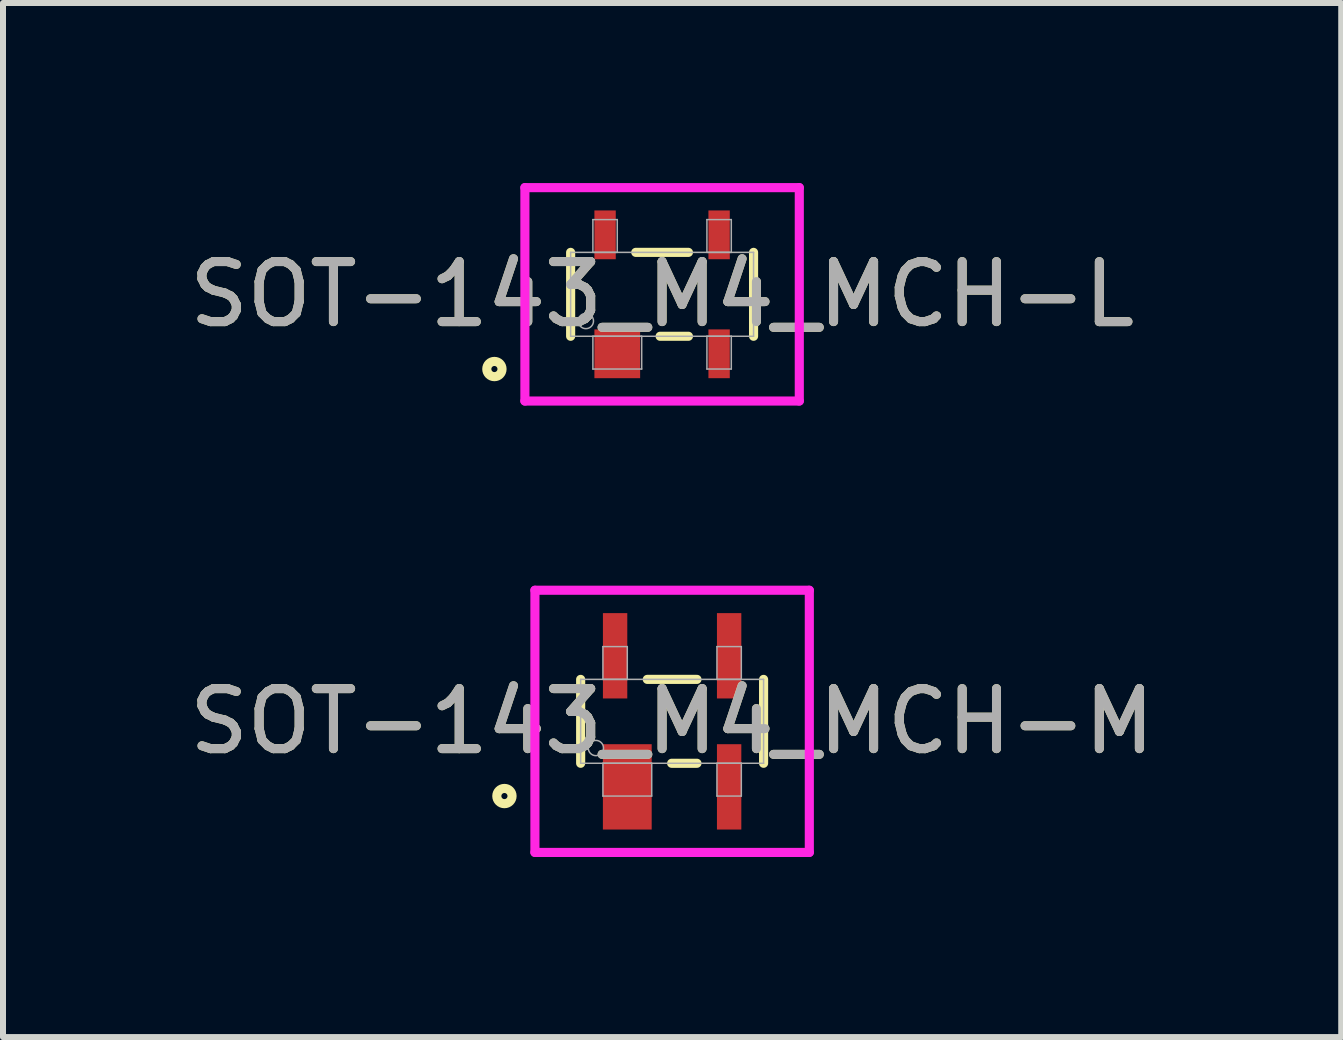
<source format=kicad_pcb>
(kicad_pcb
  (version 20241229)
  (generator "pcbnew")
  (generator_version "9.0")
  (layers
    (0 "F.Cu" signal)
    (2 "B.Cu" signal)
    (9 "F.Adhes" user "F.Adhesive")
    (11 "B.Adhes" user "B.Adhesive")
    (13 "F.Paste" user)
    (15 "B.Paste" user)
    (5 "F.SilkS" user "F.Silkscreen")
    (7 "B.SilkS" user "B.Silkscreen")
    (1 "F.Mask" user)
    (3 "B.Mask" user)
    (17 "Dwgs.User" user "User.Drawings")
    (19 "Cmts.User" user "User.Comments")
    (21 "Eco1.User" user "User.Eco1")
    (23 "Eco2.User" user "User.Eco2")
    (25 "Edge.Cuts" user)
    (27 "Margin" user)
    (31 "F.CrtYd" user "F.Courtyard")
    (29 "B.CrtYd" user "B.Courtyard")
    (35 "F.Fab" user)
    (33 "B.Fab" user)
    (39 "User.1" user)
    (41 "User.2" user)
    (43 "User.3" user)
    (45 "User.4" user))
  (footprint "SOT-143_M4_MCH-M"
    (layer "F.Cu")
    (at 8.149 8.969)
    (property "Reference" "SOT-143_M4_MCH-M" (at 0 0 0) (unlocked yes) (layer "F.SilkS") (effects (font (size 1 1) (thickness 0.15))))
    (attr smd)
    (fp_line (start -1.524 0.699) (end -1.524 -0.699) (stroke (width 0.152) (type solid)) (layer "F.SilkS"))
    (fp_line (start -0.414 -0.699) (end 0.414 -0.699) (stroke (width 0.152) (type solid)) (layer "F.SilkS"))
    (fp_line (start 0.414 0.699) (end -0.008 0.699) (stroke (width 0.152) (type solid)) (layer "F.SilkS"))
    (fp_line (start 1.524 -0.699) (end 1.524 0.699) (stroke (width 0.152) (type solid)) (layer "F.SilkS"))
    (fp_circle (center -2.794 1.245) (end -2.667 1.245) (stroke (width 0.152) (type solid)) (fill no) (layer "F.SilkS"))
    (fp_line (start -2.286 -2.184) (end 2.286 -2.184) (stroke (width 0.152) (type solid)) (layer "F.CrtYd"))
    (fp_line (start -2.286 2.184) (end -2.286 -2.184) (stroke (width 0.152) (type solid)) (layer "F.CrtYd"))
    (fp_line (start 2.286 -2.184) (end 2.286 2.184) (stroke (width 0.152) (type solid)) (layer "F.CrtYd"))
    (fp_line (start 2.286 2.184) (end -2.286 2.184) (stroke (width 0.152) (type solid)) (layer "F.CrtYd"))
    (fp_line (start -1.524 -0.699) (end 1.524 -0.699) (stroke (width 0.025) (type solid)) (layer "F.Fab"))
    (fp_line (start -1.524 0.699) (end -1.524 -0.699) (stroke (width 0.025) (type solid)) (layer "F.Fab"))
    (fp_line (start -1.153 -1.245) (end -1.153 -0.699) (stroke (width 0.025) (type solid)) (layer "F.Fab"))
    (fp_line (start -1.153 -0.699) (end -0.747 -0.699) (stroke (width 0.025) (type solid)) (layer "F.Fab"))
    (fp_line (start -1.153 0.699) (end -1.153 1.245) (stroke (width 0.025) (type solid)) (layer "F.Fab"))
    (fp_line (start -1.153 1.245) (end -0.34 1.245) (stroke (width 0.025) (type solid)) (layer "F.Fab"))
    (fp_line (start -0.747 -1.245) (end -1.153 -1.245) (stroke (width 0.025) (type solid)) (layer "F.Fab"))
    (fp_line (start -0.747 -0.699) (end -0.747 -1.245) (stroke (width 0.025) (type solid)) (layer "F.Fab"))
    (fp_line (start -0.34 0.699) (end -1.153 0.699) (stroke (width 0.025) (type solid)) (layer "F.Fab"))
    (fp_line (start -0.34 1.245) (end -0.34 0.699) (stroke (width 0.025) (type solid)) (layer "F.Fab"))
    (fp_line (start 0.747 -1.245) (end 0.747 -0.699) (stroke (width 0.025) (type solid)) (layer "F.Fab"))
    (fp_line (start 0.747 -0.699) (end 1.153 -0.699) (stroke (width 0.025) (type solid)) (layer "F.Fab"))
    (fp_line (start 0.747 0.699) (end 0.747 1.245) (stroke (width 0.025) (type solid)) (layer "F.Fab"))
    (fp_line (start 0.747 1.245) (end 1.153 1.245) (stroke (width 0.025) (type solid)) (layer "F.Fab"))
    (fp_line (start 1.153 -1.245) (end 0.747 -1.245) (stroke (width 0.025) (type solid)) (layer "F.Fab"))
    (fp_line (start 1.153 -0.699) (end 1.153 -1.245) (stroke (width 0.025) (type solid)) (layer "F.Fab"))
    (fp_line (start 1.153 0.699) (end 0.747 0.699) (stroke (width 0.025) (type solid)) (layer "F.Fab"))
    (fp_line (start 1.153 1.245) (end 1.153 0.699) (stroke (width 0.025) (type solid)) (layer "F.Fab"))
    (fp_line (start 1.524 -0.699) (end 1.524 0.699) (stroke (width 0.025) (type solid)) (layer "F.Fab"))
    (fp_line (start 1.524 0.699) (end -1.524 0.699) (stroke (width 0.025) (type solid)) (layer "F.Fab"))
    (fp_circle (center -1.27 0.445) (end -1.143 0.445) (stroke (width 0.025) (type solid)) (fill no) (layer "F.Fab"))
    (fp_text user "${REFERENCE}" (at 0 0 0) (unlocked yes) (layer "F.Fab") (effects (font (size 1 1) (thickness 0.15))))
    (pad "1" smd rect (at -0.747 1.092) (size 0.813 1.422) (layers "F.Cu" "F.Mask" "F.Paste"))
    (pad "2" smd rect (at 0.95 1.092) (size 0.406 1.422) (layers "F.Cu" "F.Mask" "F.Paste"))
    (pad "3" smd rect (at 0.95 -1.092) (size 0.406 1.422) (layers "F.Cu" "F.Mask" "F.Paste"))
    (pad "4" smd rect (at -0.95 -1.092) (size 0.406 1.422) (layers "F.Cu" "F.Mask" "F.Paste")))
  (footprint "SOT-143_M4_MCH-L"
    (layer "F.Cu")
    (at 7.982 1.854)
    (property "Reference" "SOT-143_M4_MCH-L" (at 0 0 0) (unlocked yes) (layer "F.SilkS") (effects (font (size 1 1) (thickness 0.15))))
    (attr smd)
    (fp_line (start -1.524 0.699) (end -1.524 -0.699) (stroke (width 0.152) (type solid)) (layer "F.SilkS"))
    (fp_line (start -0.439 -0.699) (end 0.439 -0.699) (stroke (width 0.152) (type solid)) (layer "F.SilkS"))
    (fp_line (start 0.439 0.699) (end -0.033 0.699) (stroke (width 0.152) (type solid)) (layer "F.SilkS"))
    (fp_line (start 1.524 -0.699) (end 1.524 0.699) (stroke (width 0.152) (type solid)) (layer "F.SilkS"))
    (fp_circle (center -2.794 1.245) (end -2.667 1.245) (stroke (width 0.152) (type solid)) (fill no) (layer "F.SilkS"))
    (fp_line (start -2.286 -1.778) (end 2.286 -1.778) (stroke (width 0.152) (type solid)) (layer "F.CrtYd"))
    (fp_line (start -2.286 1.778) (end -2.286 -1.778) (stroke (width 0.152) (type solid)) (layer "F.CrtYd"))
    (fp_line (start 2.286 -1.778) (end 2.286 1.778) (stroke (width 0.152) (type solid)) (layer "F.CrtYd"))
    (fp_line (start 2.286 1.778) (end -2.286 1.778) (stroke (width 0.152) (type solid)) (layer "F.CrtYd"))
    (fp_line (start -1.524 -0.699) (end 1.524 -0.699) (stroke (width 0.025) (type solid)) (layer "F.Fab"))
    (fp_line (start -1.524 0.699) (end -1.524 -0.699) (stroke (width 0.025) (type solid)) (layer "F.Fab"))
    (fp_line (start -1.153 -1.245) (end -1.153 -0.699) (stroke (width 0.025) (type solid)) (layer "F.Fab"))
    (fp_line (start -1.153 -0.699) (end -0.747 -0.699) (stroke (width 0.025) (type solid)) (layer "F.Fab"))
    (fp_line (start -1.153 0.699) (end -1.153 1.245) (stroke (width 0.025) (type solid)) (layer "F.Fab"))
    (fp_line (start -1.153 1.245) (end -0.34 1.245) (stroke (width 0.025) (type solid)) (layer "F.Fab"))
    (fp_line (start -0.747 -1.245) (end -1.153 -1.245) (stroke (width 0.025) (type solid)) (layer "F.Fab"))
    (fp_line (start -0.747 -0.699) (end -0.747 -1.245) (stroke (width 0.025) (type solid)) (layer "F.Fab"))
    (fp_line (start -0.34 0.699) (end -1.153 0.699) (stroke (width 0.025) (type solid)) (layer "F.Fab"))
    (fp_line (start -0.34 1.245) (end -0.34 0.699) (stroke (width 0.025) (type solid)) (layer "F.Fab"))
    (fp_line (start 0.747 -1.245) (end 0.747 -0.699) (stroke (width 0.025) (type solid)) (layer "F.Fab"))
    (fp_line (start 0.747 -0.699) (end 1.153 -0.699) (stroke (width 0.025) (type solid)) (layer "F.Fab"))
    (fp_line (start 0.747 0.699) (end 0.747 1.245) (stroke (width 0.025) (type solid)) (layer "F.Fab"))
    (fp_line (start 0.747 1.245) (end 1.153 1.245) (stroke (width 0.025) (type solid)) (layer "F.Fab"))
    (fp_line (start 1.153 -1.245) (end 0.747 -1.245) (stroke (width 0.025) (type solid)) (layer "F.Fab"))
    (fp_line (start 1.153 -0.699) (end 1.153 -1.245) (stroke (width 0.025) (type solid)) (layer "F.Fab"))
    (fp_line (start 1.153 0.699) (end 0.747 0.699) (stroke (width 0.025) (type solid)) (layer "F.Fab"))
    (fp_line (start 1.153 1.245) (end 1.153 0.699) (stroke (width 0.025) (type solid)) (layer "F.Fab"))
    (fp_line (start 1.524 -0.699) (end 1.524 0.699) (stroke (width 0.025) (type solid)) (layer "F.Fab"))
    (fp_line (start 1.524 0.699) (end -1.524 0.699) (stroke (width 0.025) (type solid)) (layer "F.Fab"))
    (fp_circle (center -1.27 0.445) (end -1.143 0.445) (stroke (width 0.025) (type solid)) (fill no) (layer "F.Fab"))
    (fp_text user "${REFERENCE}" (at 0 0 0) (unlocked yes) (layer "F.Fab") (effects (font (size 1 1) (thickness 0.15))))
    (pad "1" smd rect (at -0.747 0.991) (size 0.762 0.813) (layers "F.Cu" "F.Mask" "F.Paste"))
    (pad "2" smd rect (at 0.95 0.991) (size 0.356 0.813) (layers "F.Cu" "F.Mask" "F.Paste"))
    (pad "3" smd rect (at 0.95 -0.991) (size 0.356 0.813) (layers "F.Cu" "F.Mask" "F.Paste"))
    (pad "4" smd rect (at -0.95 -0.991) (size 0.356 0.813) (layers "F.Cu" "F.Mask" "F.Paste")))
  (gr_rect
    (start -3 -3)
    (end 19.298 14.23)
    (stroke (width 0.1) (type default))
    (fill no)
    (layer "Edge.Cuts")))
</source>
